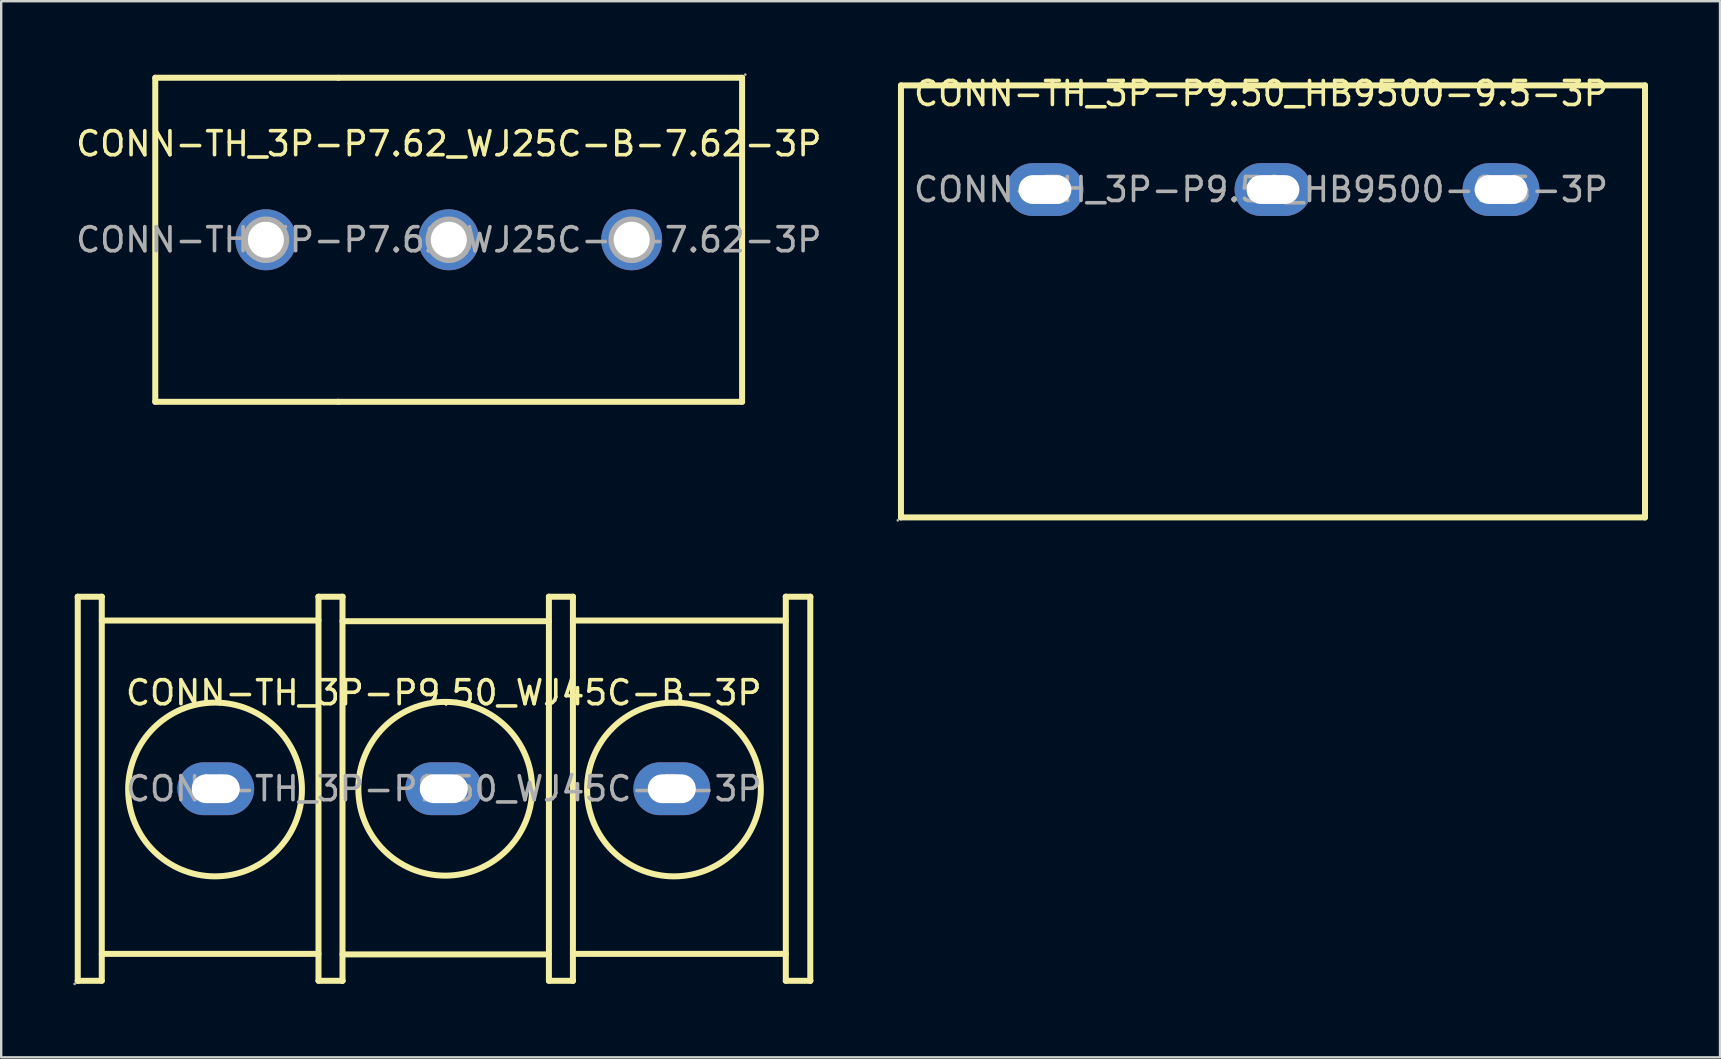
<source format=kicad_pcb>
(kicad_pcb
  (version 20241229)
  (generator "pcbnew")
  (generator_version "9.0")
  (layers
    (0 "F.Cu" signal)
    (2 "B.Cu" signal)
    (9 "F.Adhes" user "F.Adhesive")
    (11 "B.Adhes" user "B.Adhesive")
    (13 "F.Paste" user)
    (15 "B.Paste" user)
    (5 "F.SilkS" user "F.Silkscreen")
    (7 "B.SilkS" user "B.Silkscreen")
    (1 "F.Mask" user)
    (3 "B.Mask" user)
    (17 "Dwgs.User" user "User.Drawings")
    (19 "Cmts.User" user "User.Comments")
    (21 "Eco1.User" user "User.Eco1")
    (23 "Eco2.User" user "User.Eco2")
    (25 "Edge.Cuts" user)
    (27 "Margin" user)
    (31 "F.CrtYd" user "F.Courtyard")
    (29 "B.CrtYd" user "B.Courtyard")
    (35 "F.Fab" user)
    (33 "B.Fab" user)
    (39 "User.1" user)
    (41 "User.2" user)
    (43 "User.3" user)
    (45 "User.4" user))
  (footprint "CONN-TH_3P-P9.50_HB9500-9.5-3P"
    (layer "F.Cu")
    (at 49.488 4.848)
    (property "Reference" "CONN-TH_3P-P9.50_HB9500-9.5-3P" (at 0 -4 0) (layer "F.SilkS") (effects (font (size 1 1) (thickness 0.15))))
    (attr through_hole)
    (fp_line (start -15 -4.34) (end -15 13.66) (stroke (width 0.25) (type solid)) (layer "F.SilkS"))
    (fp_line (start -15 -4.34) (end 16 -4.34) (stroke (width 0.25) (type solid)) (layer "F.SilkS"))
    (fp_line (start -15 13.66) (end 16 13.66) (stroke (width 0.25) (type solid)) (layer "F.SilkS"))
    (fp_line (start 16 -4.34) (end 16 13.66) (stroke (width 0.25) (type solid)) (layer "F.SilkS"))
    (fp_circle (center -15.13 13.78) (end -15.1 13.78) (stroke (width 0.06) (type solid)) (fill no) (layer "F.Fab"))
    (fp_text user "${REFERENCE}" (at 0 0 0) (layer "F.Fab") (effects (font (size 1 1) (thickness 0.15))))
    (pad "1" thru_hole oval (at -9 0) (size 3.2 2.2) (drill oval 2.2 1.2) (layers "*.Cu" "*.Paste" "*.Mask"))
    (pad "2" thru_hole oval (at 0.5 0) (size 3.2 2.2) (drill oval 2.2 1.2) (layers "*.Cu" "*.Paste" "*.Mask"))
    (pad "3" thru_hole oval (at 10 0) (size 3.2 2.2) (drill oval 2.2 1.2) (layers "*.Cu" "*.Paste" "*.Mask")))
  (footprint "CONN-TH_3P-P9.50_WJ45C-B-3P"
    (layer "F.Cu")
    (at 15.44 29.813)
    (property "Reference" "CONN-TH_3P-P9.50_WJ45C-B-3P" (at 0 -4 0) (layer "F.SilkS") (effects (font (size 1 1) (thickness 0.15))))
    (attr through_hole)
    (fp_line (start -15.25 -8) (end -15.25 -8) (stroke (width 0.25) (type solid)) (layer "F.SilkS"))
    (fp_line (start -15.25 -8) (end -15.25 8) (stroke (width 0.25) (type solid)) (layer "F.SilkS"))
    (fp_line (start -15.25 8) (end -15.25 8) (stroke (width 0.25) (type solid)) (layer "F.SilkS"))
    (fp_line (start -15.25 8) (end -14.25 8) (stroke (width 0.25) (type solid)) (layer "F.SilkS"))
    (fp_line (start -14.25 -8) (end -15.25 -8) (stroke (width 0.25) (type solid)) (layer "F.SilkS"))
    (fp_line (start -14.25 -8) (end -14.25 -8) (stroke (width 0.25) (type solid)) (layer "F.SilkS"))
    (fp_line (start -14.25 -7.01) (end -5.22 -7.01) (stroke (width 0.25) (type solid)) (layer "F.SilkS"))
    (fp_line (start -14.25 6.88) (end -5.22 6.88) (stroke (width 0.25) (type solid)) (layer "F.SilkS"))
    (fp_line (start -14.25 8) (end -14.25 -8) (stroke (width 0.25) (type solid)) (layer "F.SilkS"))
    (fp_line (start -5.22 -8) (end -5.22 -8) (stroke (width 0.25) (type solid)) (layer "F.SilkS"))
    (fp_line (start -5.22 -8) (end -4.22 -8) (stroke (width 0.25) (type solid)) (layer "F.SilkS"))
    (fp_line (start -5.22 8) (end -5.22 -8) (stroke (width 0.25) (type solid)) (layer "F.SilkS"))
    (fp_line (start -4.22 -8) (end -4.22 -8) (stroke (width 0.25) (type solid)) (layer "F.SilkS"))
    (fp_line (start -4.22 -8) (end -4.22 8) (stroke (width 0.25) (type solid)) (layer "F.SilkS"))
    (fp_line (start -4.22 -6.98) (end 4.38 -6.98) (stroke (width 0.25) (type solid)) (layer "F.SilkS"))
    (fp_line (start -4.22 6.9) (end 4.38 6.9) (stroke (width 0.25) (type solid)) (layer "F.SilkS"))
    (fp_line (start -4.22 8) (end -5.22 8) (stroke (width 0.25) (type solid)) (layer "F.SilkS"))
    (fp_line (start -4.22 8) (end -4.22 8) (stroke (width 0.25) (type solid)) (layer "F.SilkS"))
    (fp_line (start 4.38 -8) (end 4.38 -8) (stroke (width 0.25) (type solid)) (layer "F.SilkS"))
    (fp_line (start 4.38 -8) (end 5.38 -8) (stroke (width 0.25) (type solid)) (layer "F.SilkS"))
    (fp_line (start 4.38 8) (end 4.38 -8) (stroke (width 0.25) (type solid)) (layer "F.SilkS"))
    (fp_line (start 5.38 -8) (end 5.38 -8) (stroke (width 0.25) (type solid)) (layer "F.SilkS"))
    (fp_line (start 5.38 -8) (end 5.38 8) (stroke (width 0.25) (type solid)) (layer "F.SilkS"))
    (fp_line (start 5.38 -7.01) (end 14.25 -7.01) (stroke (width 0.25) (type solid)) (layer "F.SilkS"))
    (fp_line (start 5.38 6.88) (end 14.25 6.88) (stroke (width 0.25) (type solid)) (layer "F.SilkS"))
    (fp_line (start 5.38 8) (end 4.38 8) (stroke (width 0.25) (type solid)) (layer "F.SilkS"))
    (fp_line (start 5.38 8) (end 5.38 8) (stroke (width 0.25) (type solid)) (layer "F.SilkS"))
    (fp_line (start 14.25 -8) (end 14.25 -8) (stroke (width 0.25) (type solid)) (layer "F.SilkS"))
    (fp_line (start 14.25 -8) (end 15.27 -8) (stroke (width 0.25) (type solid)) (layer "F.SilkS"))
    (fp_line (start 14.25 8) (end 14.25 -8) (stroke (width 0.25) (type solid)) (layer "F.SilkS"))
    (fp_line (start 15.27 -8) (end 15.27 -8) (stroke (width 0.25) (type solid)) (layer "F.SilkS"))
    (fp_line (start 15.27 -8) (end 15.27 8) (stroke (width 0.25) (type solid)) (layer "F.SilkS"))
    (fp_line (start 15.27 8) (end 14.25 8) (stroke (width 0.25) (type solid)) (layer "F.SilkS"))
    (fp_line (start 15.27 8) (end 15.27 8) (stroke (width 0.25) (type solid)) (layer "F.SilkS"))
    (fp_circle (center -9.53 0.03) (end -5.91 0.03) (stroke (width 0.25) (type solid)) (fill no) (layer "F.SilkS"))
    (fp_circle (center 0.06 0) (end 3.68 0) (stroke (width 0.25) (type solid)) (fill no) (layer "F.SilkS"))
    (fp_circle (center 9.59 0.03) (end 13.21 0.03) (stroke (width 0.25) (type solid)) (fill no) (layer "F.SilkS"))
    (fp_circle (center -15.38 8.13) (end -15.35 8.13) (stroke (width 0.06) (type solid)) (fill no) (layer "F.Fab"))
    (fp_text user "${REFERENCE}" (at 0 0 0) (layer "F.Fab") (effects (font (size 1 1) (thickness 0.15))))
    (pad "1" thru_hole oval (at -9.5 0) (size 3.2 2.2) (drill oval 2 1.2) (layers "*.Cu" "*.Paste" "*.Mask"))
    (pad "2" thru_hole oval (at 0 0) (size 3.2 2.2) (drill oval 2 1.2) (layers "*.Cu" "*.Paste" "*.Mask"))
    (pad "3" thru_hole oval (at 9.5 0) (size 3.2 2.2) (drill oval 2 1.2) (layers "*.Cu" "*.Paste" "*.Mask")))
  (footprint "CONN-TH_3P-P7.62_WJ25C-B-7.62-3P"
    (layer "F.Cu")
    (at 15.649 6.94)
    (property "Reference" "CONN-TH_3P-P7.62_WJ25C-B-7.62-3P" (at 0 -4 0) (layer "F.SilkS") (effects (font (size 1 1) (thickness 0.15))))
    (attr through_hole)
    (fp_line (start -12.23 -6.75) (end -12.23 6.75) (stroke (width 0.25) (type solid)) (layer "F.SilkS"))
    (fp_line (start -12.23 6.75) (end -4.6 6.75) (stroke (width 0.25) (type solid)) (layer "F.SilkS"))
    (fp_line (start -4.6 -6.75) (end -12.23 -6.75) (stroke (width 0.25) (type solid)) (layer "F.SilkS"))
    (fp_line (start -4.6 6.75) (end 12.22 6.75) (stroke (width 0.25) (type solid)) (layer "F.SilkS"))
    (fp_line (start 12.22 -6.75) (end -4.6 -6.75) (stroke (width 0.25) (type solid)) (layer "F.SilkS"))
    (fp_line (start 12.22 6.75) (end 12.22 -6.75) (stroke (width 0.25) (type solid)) (layer "F.SilkS"))
    (fp_circle (center -7.62 0) (end -7.3 0) (stroke (width 0.65) (type solid)) (fill no) (layer "F.Fab"))
    (fp_circle (center 0 0) (end 0.32 0) (stroke (width 0.65) (type solid)) (fill no) (layer "F.Fab"))
    (fp_circle (center 7.62 0) (end 7.94 0) (stroke (width 0.65) (type solid)) (fill no) (layer "F.Fab"))
    (fp_circle (center 12.35 -6.88) (end 12.38 -6.88) (stroke (width 0.06) (type solid)) (fill no) (layer "F.Fab"))
    (fp_text user "${REFERENCE}" (at 0 0 0) (layer "F.Fab") (effects (font (size 1 1) (thickness 0.15))))
    (pad "1" thru_hole circle (at 7.62 0 180) (size 2.54 2.54) (drill 1.5) (layers "*.Cu" "*.Paste" "*.Mask"))
    (pad "2" thru_hole circle (at 0 0 180) (size 2.54 2.54) (drill 1.5) (layers "*.Cu" "*.Paste" "*.Mask"))
    (pad "3" thru_hole circle (at -7.62 0 180) (size 2.54 2.54) (drill 1.5) (layers "*.Cu" "*.Paste" "*.Mask")))
  (gr_rect
    (start -3 -3)
    (end 68.613 41.003)
    (stroke (width 0.1) (type default))
    (fill no)
    (layer "Edge.Cuts")))
</source>
